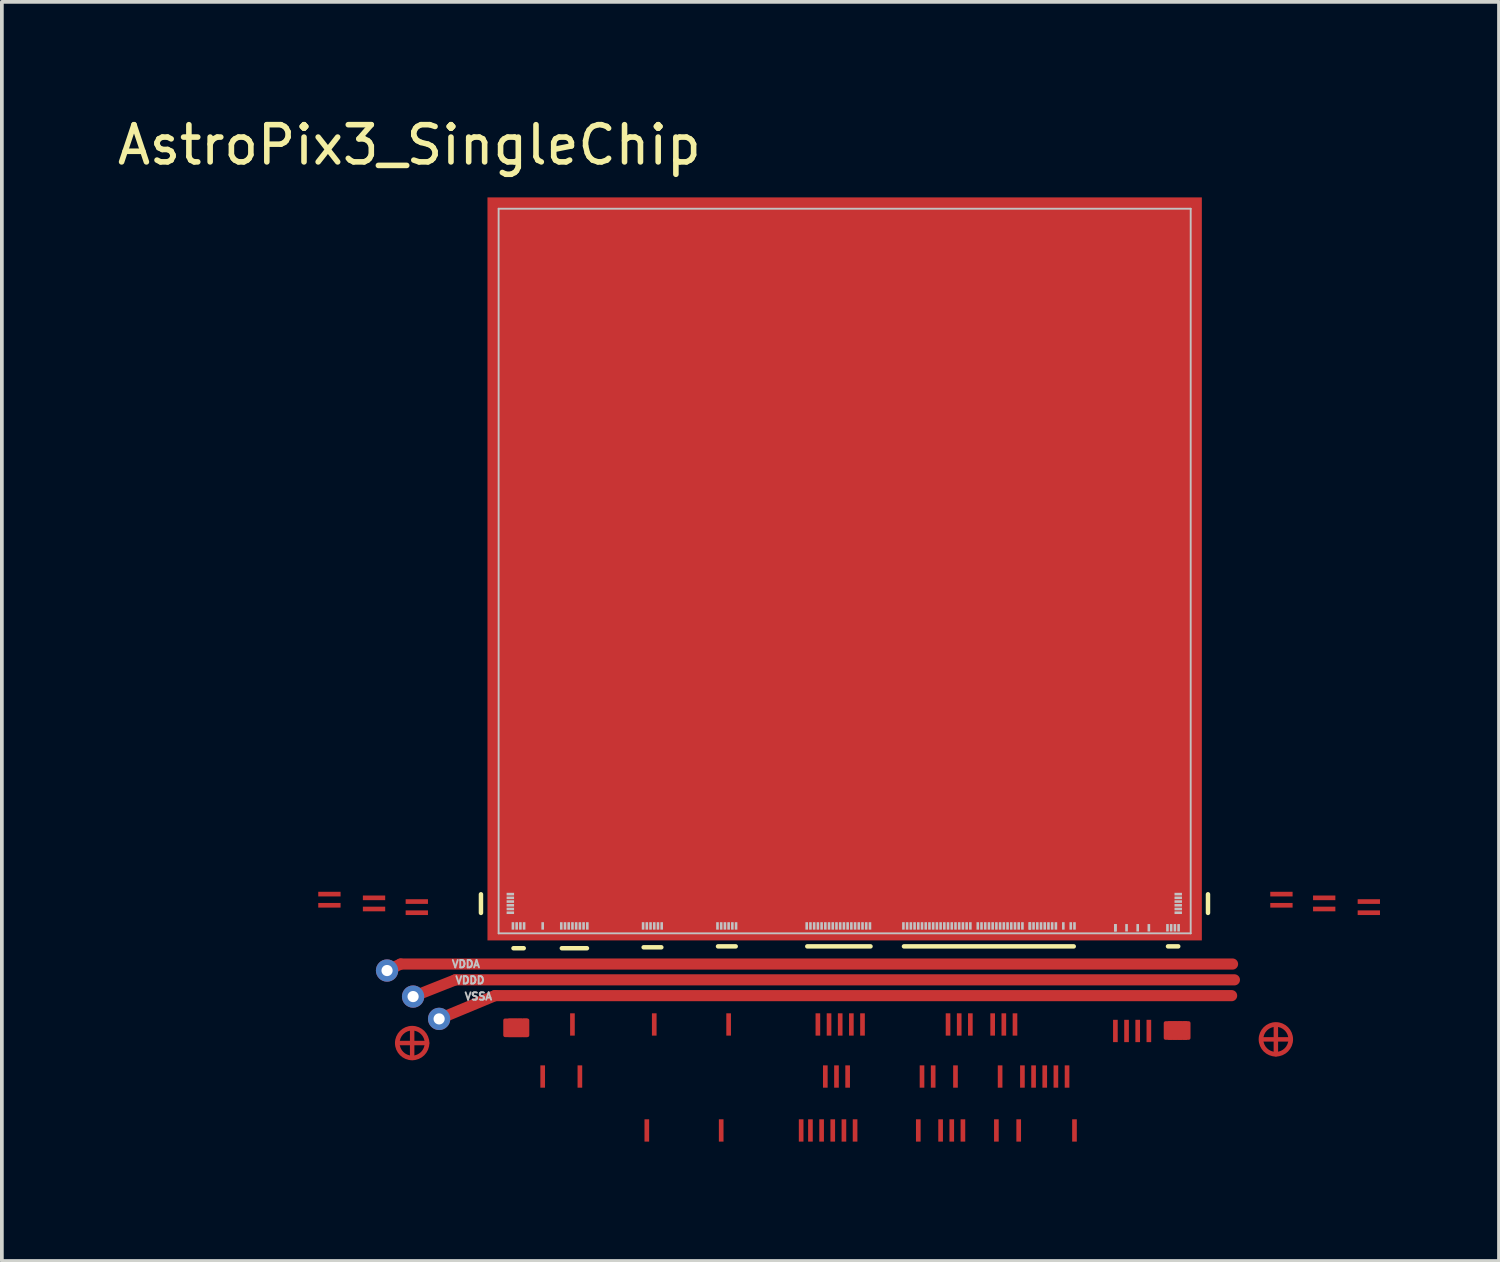
<source format=kicad_pcb>
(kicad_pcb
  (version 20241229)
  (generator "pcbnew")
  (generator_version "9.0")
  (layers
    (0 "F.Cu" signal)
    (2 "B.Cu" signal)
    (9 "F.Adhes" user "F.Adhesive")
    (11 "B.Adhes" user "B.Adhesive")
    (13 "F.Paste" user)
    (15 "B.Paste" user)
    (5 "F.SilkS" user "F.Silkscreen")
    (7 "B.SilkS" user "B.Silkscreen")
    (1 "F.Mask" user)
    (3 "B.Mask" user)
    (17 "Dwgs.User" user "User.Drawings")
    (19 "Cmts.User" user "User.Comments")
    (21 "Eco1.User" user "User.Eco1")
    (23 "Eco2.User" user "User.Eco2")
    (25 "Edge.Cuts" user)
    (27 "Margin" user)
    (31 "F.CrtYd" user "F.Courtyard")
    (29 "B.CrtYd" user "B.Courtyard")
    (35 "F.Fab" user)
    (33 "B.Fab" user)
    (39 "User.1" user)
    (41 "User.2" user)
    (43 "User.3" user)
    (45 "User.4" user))
  (footprint "AstroPix3_SingleChip"
    (layer "F.Cu")
    (at 10.358 22.048)
    (property "Reference" "AstroPix3_SingleChip" (at -2.4 -21.2 0) (layer "F.SilkS") (effects (font (size 1 1) (thickness 0.15))))
    (attr through_hole)
    (fp_line (start -3 1) (end -2.635 0.825) (stroke (width 0.3) (type solid)) (layer "F.Cu"))
    (fp_line (start -2.675 2.95) (end -1.925 2.95) (stroke (width 0.12) (type solid)) (layer "F.Cu"))
    (fp_line (start -2.635 0.825) (end 19.735 0.825) (stroke (width 0.3) (type solid)) (layer "F.Cu"))
    (fp_line (start -2.325 2.6) (end -2.325 3.35) (stroke (width 0.12) (type solid)) (layer "F.Cu"))
    (fp_line (start -2.3 1.7) (end -1.165 1.25) (stroke (width 0.3) (type solid)) (layer "F.Cu"))
    (fp_line (start -1.6 2.3) (end -0.1 1.675) (stroke (width 0.3) (type solid)) (layer "F.Cu"))
    (fp_line (start -1.165 1.25) (end 19.785 1.25) (stroke (width 0.3) (type solid)) (layer "F.Cu"))
    (fp_line (start -0.1 1.675) (end 19.71 1.675) (stroke (width 0.3) (type solid)) (layer "F.Cu"))
    (fp_line (start 20.55 2.85) (end 21.3 2.85) (stroke (width 0.12) (type solid)) (layer "F.Cu"))
    (fp_line (start 20.9 2.5) (end 20.9 3.25) (stroke (width 0.12) (type solid)) (layer "F.Cu"))
    (fp_circle (center -2.325 2.95) (end -1.925 2.95) (stroke (width 0.125) (type solid)) (fill no) (layer "F.Cu"))
    (fp_circle (center 20.9 2.85) (end 21.3 2.85) (stroke (width 0.125) (type solid)) (fill no) (layer "F.Cu"))
    (fp_poly (pts (xy 0.775 2.74) (xy 0.175 2.74) (xy 0.175 2.34) (xy 0.775 2.34)) (stroke (width 0.1) (type solid)) (fill yes) (layer "F.Cu"))
    (fp_poly (pts (xy 18.555 2.813) (xy 17.935 2.813) (xy 17.935 2.413) (xy 18.555 2.413)) (stroke (width 0.1) (type solid)) (fill yes) (layer "F.Cu"))
    (fp_rect (start 0.95 3.35) (end 15.467 4.35) (stroke (width 0.12) (type solid)) (fill yes) (layer "F.Mask"))
    (fp_rect (start 3.754 4.75) (end 15.633 5.75) (stroke (width 0.12) (type solid)) (fill yes) (layer "F.Mask"))
    (fp_circle (center -2.325 2.95) (end -1.95 2.95) (stroke (width 0.2) (type solid)) (fill yes) (layer "F.Mask"))
    (fp_circle (center 20.9 2.85) (end 21.275 2.85) (stroke (width 0.2) (type solid)) (fill yes) (layer "F.Mask"))
    (fp_poly (pts (xy -1.8 -0.3) (xy -5 -0.3) (xy -5 -1.15) (xy -1.8 -1.15)) (stroke (width 0.1) (type solid)) (fill yes) (layer "F.Mask"))
    (fp_poly (pts (xy 19.85 2.9) (xy -1.15 2.9) (xy -1.15 -20.5) (xy 19.85 -20.5)) (stroke (width 0.1) (type solid)) (fill yes) (layer "F.Mask"))
    (fp_poly (pts (xy 23.85 -0.4) (xy 20.65 -0.4) (xy 20.65 -1.25) (xy 23.85 -1.25)) (stroke (width 0.1) (type solid)) (fill yes) (layer "F.Mask"))
    (fp_line (start -0.475 -0.55) (end -0.475 -1.05) (stroke (width 0.12) (type solid)) (layer "F.SilkS"))
    (fp_line (start 0.4 0.4) (end 0.675 0.4) (stroke (width 0.12) (type solid)) (layer "F.SilkS"))
    (fp_line (start 1.7 0.4) (end 2.375 0.4) (stroke (width 0.12) (type solid)) (layer "F.SilkS"))
    (fp_line (start 3.9 0.375) (end 4.375 0.375) (stroke (width 0.12) (type solid)) (layer "F.SilkS"))
    (fp_line (start 5.9 0.35) (end 6.375 0.35) (stroke (width 0.12) (type solid)) (layer "F.SilkS"))
    (fp_line (start 8.3 0.35) (end 10 0.35) (stroke (width 0.12) (type solid)) (layer "F.SilkS"))
    (fp_line (start 10.9 0.35) (end 15.465 0.35) (stroke (width 0.12) (type solid)) (layer "F.SilkS"))
    (fp_line (start 18 0.35) (end 18.275 0.35) (stroke (width 0.12) (type solid)) (layer "F.SilkS"))
    (fp_line (start 19.075 -0.55) (end 19.075 -1.05) (stroke (width 0.12) (type solid)) (layer "F.SilkS"))
    (fp_line (start 0 -19.485) (end 0 0) (stroke (width 0.05) (type solid)) (layer "Dwgs.User"))
    (fp_line (start 18.61 -19.485) (end 0 -19.485) (stroke (width 0.05) (type solid)) (layer "Dwgs.User"))
    (fp_line (start 18.61 -19.485) (end 18.61 0) (stroke (width 0.05) (type solid)) (layer "Dwgs.User"))
    (fp_line (start 18.61 0) (end 0 0) (stroke (width 0.05) (type solid)) (layer "Dwgs.User"))
    (fp_line (start -4.555 -0.75) (end 0.32 -0.75) (stroke (width 0.05) (type solid)) (layer "User.2"))
    (fp_line (start -4.55 -1.055) (end 0.325 -1.055) (stroke (width 0.05) (type solid)) (layer "User.2"))
    (fp_line (start -3.567 -0.951) (end 0.36 -0.95) (stroke (width 0.05) (type solid)) (layer "User.2"))
    (fp_line (start -3.562 -0.656) (end 0.365 -0.655) (stroke (width 0.05) (type solid)) (layer "User.2"))
    (fp_line (start -2.355 -0.54) (end 0.34 -0.547) (stroke (width 0.05) (type solid)) (layer "User.2"))
    (fp_line (start -2.328 -0.851) (end 0.367 -0.859) (stroke (width 0.05) (type solid)) (layer "User.2"))
    (fp_line (start 0.386 -0.198) (end 0.394 2.498) (stroke (width 0.05) (type solid)) (layer "User.2"))
    (fp_line (start 0.481 -0.198) (end 0.489 2.498) (stroke (width 0.05) (type solid)) (layer "User.2"))
    (fp_line (start 0.586 -0.203) (end 0.594 2.493) (stroke (width 0.05) (type solid)) (layer "User.2"))
    (fp_line (start 0.688 -0.205) (end 0.695 2.49) (stroke (width 0.05) (type solid)) (layer "User.2"))
    (fp_line (start 1.181 -0.223) (end 1.185 3.91) (stroke (width 0.05) (type solid)) (layer "User.2"))
    (fp_line (start 1.685 -0.19) (end 1.685 1.605) (stroke (width 0.05) (type solid)) (layer "User.2"))
    (fp_line (start 1.785 -0.193) (end 1.785 1.603) (stroke (width 0.05) (type solid)) (layer "User.2"))
    (fp_line (start 1.88 -0.2) (end 1.88 0.81) (stroke (width 0.05) (type solid)) (layer "User.2"))
    (fp_line (start 1.981 -0.207) (end 1.989 2.487) (stroke (width 0.05) (type solid)) (layer "User.2"))
    (fp_line (start 2.085 -0.205) (end 2.085 0.805) (stroke (width 0.05) (type solid)) (layer "User.2"))
    (fp_line (start 2.176 -0.212) (end 2.18 3.92) (stroke (width 0.05) (type solid)) (layer "User.2"))
    (fp_line (start 2.285 -0.198) (end 2.285 1.597) (stroke (width 0.05) (type solid)) (layer "User.2"))
    (fp_line (start 2.385 -0.198) (end 2.385 1.597) (stroke (width 0.05) (type solid)) (layer "User.2"))
    (fp_line (start 3.885 -0.195) (end 3.885 0.815) (stroke (width 0.05) (type solid)) (layer "User.2"))
    (fp_line (start 3.98 -0.212) (end 3.98 5.28) (stroke (width 0.05) (type solid)) (layer "User.2"))
    (fp_line (start 4.085 -0.195) (end 4.085 0.815) (stroke (width 0.05) (type solid)) (layer "User.2"))
    (fp_line (start 4.191 -0.198) (end 4.199 2.498) (stroke (width 0.05) (type solid)) (layer "User.2"))
    (fp_line (start 4.285 -0.193) (end 4.285 1.603) (stroke (width 0.05) (type solid)) (layer "User.2"))
    (fp_line (start 4.385 -0.193) (end 4.385 1.603) (stroke (width 0.05) (type solid)) (layer "User.2"))
    (fp_line (start 5.885 -0.205) (end 5.885 0.805) (stroke (width 0.05) (type solid)) (layer "User.2"))
    (fp_line (start 5.975 -0.182) (end 5.975 5.31) (stroke (width 0.05) (type solid)) (layer "User.2"))
    (fp_line (start 6.085 -0.2) (end 6.085 0.81) (stroke (width 0.05) (type solid)) (layer "User.2"))
    (fp_line (start 6.186 -0.198) (end 6.194 2.498) (stroke (width 0.05) (type solid)) (layer "User.2"))
    (fp_line (start 6.285 -0.193) (end 6.285 1.603) (stroke (width 0.05) (type solid)) (layer "User.2"))
    (fp_line (start 6.385 -0.193) (end 6.385 1.603) (stroke (width 0.05) (type solid)) (layer "User.2"))
    (fp_line (start 8.29 -0.205) (end 8.135 5.285) (stroke (width 0.05) (type solid)) (layer "User.2"))
    (fp_line (start 8.385 -0.198) (end 8.385 5.295) (stroke (width 0.05) (type solid)) (layer "User.2"))
    (fp_line (start 8.485 -0.195) (end 8.485 1.21) (stroke (width 0.05) (type solid)) (layer "User.2"))
    (fp_line (start 8.586 -0.198) (end 8.594 2.498) (stroke (width 0.05) (type solid)) (layer "User.2"))
    (fp_line (start 8.69 -0.198) (end 8.69 5.295) (stroke (width 0.05) (type solid)) (layer "User.2"))
    (fp_line (start 8.781 -0.223) (end 8.785 3.91) (stroke (width 0.05) (type solid)) (layer "User.2"))
    (fp_line (start 8.881 -0.198) (end 8.889 2.498) (stroke (width 0.05) (type solid)) (layer "User.2"))
    (fp_line (start 8.985 -0.188) (end 8.985 5.305) (stroke (width 0.05) (type solid)) (layer "User.2"))
    (fp_line (start 9.086 -0.198) (end 9.09 3.935) (stroke (width 0.05) (type solid)) (layer "User.2"))
    (fp_line (start 9.186 -0.203) (end 9.194 2.493) (stroke (width 0.05) (type solid)) (layer "User.2"))
    (fp_line (start 9.295 -0.198) (end 9.295 5.295) (stroke (width 0.05) (type solid)) (layer "User.2"))
    (fp_line (start 9.381 -0.198) (end 9.385 3.935) (stroke (width 0.05) (type solid)) (layer "User.2"))
    (fp_line (start 9.481 -0.198) (end 9.489 2.498) (stroke (width 0.05) (type solid)) (layer "User.2"))
    (fp_line (start 9.58 -0.172) (end 9.58 5.32) (stroke (width 0.05) (type solid)) (layer "User.2"))
    (fp_line (start 9.685 -0.193) (end 9.685 1.212) (stroke (width 0.05) (type solid)) (layer "User.2"))
    (fp_line (start 9.776 -0.198) (end 9.784 2.498) (stroke (width 0.05) (type solid)) (layer "User.2"))
    (fp_line (start 10.885 -0.193) (end 10.885 1.603) (stroke (width 0.05) (type solid)) (layer "User.2"))
    (fp_line (start 10.99 -0.188) (end 10.99 1.607) (stroke (width 0.05) (type solid)) (layer "User.2"))
    (fp_line (start 11.085 -0.19) (end 11.085 0.82) (stroke (width 0.05) (type solid)) (layer "User.2"))
    (fp_line (start 11.185 -0.195) (end 11.185 0.815) (stroke (width 0.05) (type solid)) (layer "User.2"))
    (fp_line (start 11.285 -0.182) (end 11.285 5.31) (stroke (width 0.05) (type solid)) (layer "User.2"))
    (fp_line (start 11.386 -0.203) (end 11.39 3.93) (stroke (width 0.05) (type solid)) (layer "User.2"))
    (fp_line (start 11.681 -0.203) (end 11.685 3.93) (stroke (width 0.05) (type solid)) (layer "User.2"))
    (fp_line (start 11.885 -0.203) (end 11.885 5.29) (stroke (width 0.05) (type solid)) (layer "User.2"))
    (fp_line (start 11.985 -0.2) (end 11.985 0.81) (stroke (width 0.05) (type solid)) (layer "User.2"))
    (fp_line (start 12.086 -0.198) (end 12.094 2.498) (stroke (width 0.05) (type solid)) (layer "User.2"))
    (fp_line (start 12.18 -0.188) (end 12.18 5.305) (stroke (width 0.05) (type solid)) (layer "User.2"))
    (fp_line (start 12.286 -0.198) (end 12.29 3.935) (stroke (width 0.05) (type solid)) (layer "User.2"))
    (fp_line (start 12.386 -0.193) (end 12.394 2.502) (stroke (width 0.05) (type solid)) (layer "User.2"))
    (fp_line (start 12.49 -0.182) (end 12.49 5.31) (stroke (width 0.05) (type solid)) (layer "User.2"))
    (fp_line (start 12.585 -0.2) (end 12.585 0.81) (stroke (width 0.05) (type solid)) (layer "User.2"))
    (fp_line (start 12.681 -0.198) (end 12.689 2.498) (stroke (width 0.05) (type solid)) (layer "User.2"))
    (fp_line (start 13.085 -0.198) (end 13.085 1.597) (stroke (width 0.05) (type solid)) (layer "User.2"))
    (fp_line (start 13.185 -0.195) (end 13.185 0.815) (stroke (width 0.05) (type solid)) (layer "User.2"))
    (fp_line (start 13.281 -0.193) (end 13.289 2.502) (stroke (width 0.05) (type solid)) (layer "User.2"))
    (fp_line (start 13.385 -0.188) (end 13.385 5.305) (stroke (width 0.05) (type solid)) (layer "User.2"))
    (fp_line (start 13.491 -0.188) (end 13.495 3.945) (stroke (width 0.05) (type solid)) (layer "User.2"))
    (fp_line (start 13.576 -0.198) (end 13.584 2.498) (stroke (width 0.05) (type solid)) (layer "User.2"))
    (fp_line (start 13.785 -0.2) (end 13.785 0.81) (stroke (width 0.05) (type solid)) (layer "User.2"))
    (fp_line (start 13.876 -0.198) (end 13.884 2.498) (stroke (width 0.05) (type solid)) (layer "User.2"))
    (fp_line (start 13.985 -0.177) (end 13.985 5.315) (stroke (width 0.05) (type solid)) (layer "User.2"))
    (fp_line (start 14.091 -0.212) (end 14.095 3.92) (stroke (width 0.05) (type solid)) (layer "User.2"))
    (fp_line (start 14.386 -0.198) (end 14.39 3.935) (stroke (width 0.05) (type solid)) (layer "User.2"))
    (fp_line (start 14.485 -0.203) (end 14.485 1.593) (stroke (width 0.05) (type solid)) (layer "User.2"))
    (fp_line (start 14.585 -0.2) (end 14.585 0.81) (stroke (width 0.05) (type solid)) (layer "User.2"))
    (fp_line (start 14.691 -0.198) (end 14.695 3.935) (stroke (width 0.05) (type solid)) (layer "User.2"))
    (fp_line (start 14.785 -0.198) (end 14.785 1.597) (stroke (width 0.05) (type solid)) (layer "User.2"))
    (fp_line (start 14.885 -0.2) (end 14.885 0.81) (stroke (width 0.05) (type solid)) (layer "User.2"))
    (fp_line (start 14.986 -0.223) (end 14.99 3.91) (stroke (width 0.05) (type solid)) (layer "User.2"))
    (fp_line (start 15.185 -0.21) (end 15.3 3.855) (stroke (width 0.05) (type solid)) (layer "User.2"))
    (fp_line (start 15.39 -0.198) (end 15.39 1.208) (stroke (width 0.05) (type solid)) (layer "User.2"))
    (fp_line (start 15.475 -0.182) (end 15.475 5.31) (stroke (width 0.05) (type solid)) (layer "User.2"))
    (fp_line (start 16.586 -0.172) (end 16.594 2.522) (stroke (width 0.05) (type solid)) (layer "User.2"))
    (fp_line (start 16.881 -0.158) (end 16.889 2.538) (stroke (width 0.05) (type solid)) (layer "User.2"))
    (fp_line (start 17.181 -0.152) (end 17.189 2.542) (stroke (width 0.05) (type solid)) (layer "User.2"))
    (fp_line (start 17.486 -0.163) (end 17.494 2.533) (stroke (width 0.05) (type solid)) (layer "User.2"))
    (fp_line (start 17.986 -0.152) (end 17.994 2.542) (stroke (width 0.05) (type solid)) (layer "User.2"))
    (fp_line (start 18.071 -0.152) (end 18.079 2.542) (stroke (width 0.05) (type solid)) (layer "User.2"))
    (fp_line (start 18.181 -0.163) (end 18.189 2.533) (stroke (width 0.05) (type solid)) (layer "User.2"))
    (fp_line (start 18.281 -0.152) (end 18.289 2.542) (stroke (width 0.05) (type solid)) (layer "User.2"))
    (fp_line (start 18.29 -0.86) (end 23.165 -0.86) (stroke (width 0.05) (type solid)) (layer "User.2"))
    (fp_line (start 18.297 -0.951) (end 22.225 -0.95) (stroke (width 0.05) (type solid)) (layer "User.2"))
    (fp_line (start 18.3 -0.55) (end 23.175 -0.55) (stroke (width 0.05) (type solid)) (layer "User.2"))
    (fp_line (start 18.302 -1.051) (end 20.997 -1.059) (stroke (width 0.05) (type solid)) (layer "User.2"))
    (fp_line (start 18.312 -0.656) (end 22.24 -0.655) (stroke (width 0.05) (type solid)) (layer "User.2"))
    (fp_line (start 18.317 -0.751) (end 21.012 -0.759) (stroke (width 0.05) (type solid)) (layer "User.2"))
    (fp_text user "VDDD" (at -0.77 1.26 0) (unlocked yes) (layer "Dwgs.User") (effects (font (size 0.2 0.2) (thickness 0.05))))
    (fp_text user "VDDA" (at -0.88 0.825 0) (unlocked yes) (layer "Dwgs.User") (effects (font (size 0.2 0.2) (thickness 0.05))))
    (fp_text user "VSSA" (at -0.545 1.695 0) (unlocked yes) (layer "Dwgs.User") (effects (font (size 0.2 0.2) (thickness 0.05))))
    (pad "" smd rect (at 0.315 -1.055 90) (size 0.07 0.2) (layers "Dwgs.User"))
    (pad "" smd rect (at 0.315 -0.955 90) (size 0.07 0.2) (layers "Dwgs.User"))
    (pad "" smd rect (at 0.315 -0.855 90) (size 0.07 0.2) (layers "Dwgs.User"))
    (pad "" smd rect (at 0.315 -0.755 90) (size 0.07 0.2) (layers "Dwgs.User"))
    (pad "" smd rect (at 0.315 -0.655 90) (size 0.07 0.2) (layers "Dwgs.User"))
    (pad "" smd rect (at 0.315 -0.555 90) (size 0.07 0.2) (layers "Dwgs.User"))
    (pad "" smd rect (at 0.385 -0.2) (size 0.07 0.2) (layers "Dwgs.User"))
    (pad "" smd rect (at 0.485 -0.2) (size 0.07 0.2) (layers "Dwgs.User"))
    (pad "" smd rect (at 0.585 -0.2) (size 0.07 0.2) (layers "Dwgs.User"))
    (pad "" smd rect (at 0.685 -0.2) (size 0.07 0.2) (layers "Dwgs.User"))
    (pad "" smd rect (at 1.185 -0.2) (size 0.07 0.2) (layers "Dwgs.User"))
    (pad "" smd rect (at 1.685 -0.2) (size 0.07 0.2) (layers "Dwgs.User"))
    (pad "" smd rect (at 1.785 -0.2) (size 0.07 0.2) (layers "Dwgs.User"))
    (pad "" smd rect (at 1.885 -0.2) (size 0.07 0.2) (layers "Dwgs.User"))
    (pad "" smd rect (at 1.985 -0.2) (size 0.07 0.2) (layers "Dwgs.User"))
    (pad "" smd rect (at 2.085 -0.2) (size 0.07 0.2) (layers "Dwgs.User"))
    (pad "" smd rect (at 2.185 -0.2) (size 0.07 0.2) (layers "Dwgs.User"))
    (pad "" smd rect (at 2.285 -0.2) (size 0.07 0.2) (layers "Dwgs.User"))
    (pad "" smd rect (at 2.385 -0.2) (size 0.07 0.2) (layers "Dwgs.User"))
    (pad "" smd rect (at 3.885 -0.2) (size 0.07 0.2) (layers "Dwgs.User"))
    (pad "" smd rect (at 3.985 -0.2) (size 0.07 0.2) (layers "Dwgs.User"))
    (pad "" smd rect (at 4.085 -0.2) (size 0.07 0.2) (layers "Dwgs.User"))
    (pad "" smd rect (at 4.185 -0.2) (size 0.07 0.2) (layers "Dwgs.User"))
    (pad "" smd rect (at 4.285 -0.2) (size 0.07 0.2) (layers "Dwgs.User"))
    (pad "" smd rect (at 4.385 -0.2) (size 0.07 0.2) (layers "Dwgs.User"))
    (pad "" smd rect (at 5.885 -0.2) (size 0.07 0.2) (layers "Dwgs.User"))
    (pad "" smd rect (at 5.985 -0.2) (size 0.07 0.2) (layers "Dwgs.User"))
    (pad "" smd rect (at 6.085 -0.2) (size 0.07 0.2) (layers "Dwgs.User"))
    (pad "" smd rect (at 6.185 -0.2) (size 0.07 0.2) (layers "Dwgs.User"))
    (pad "" smd rect (at 6.285 -0.2) (size 0.07 0.2) (layers "Dwgs.User"))
    (pad "" smd rect (at 6.385 -0.2) (size 0.07 0.2) (layers "Dwgs.User"))
    (pad "" smd rect (at 8.285 -0.2) (size 0.07 0.2) (layers "Dwgs.User"))
    (pad "" smd rect (at 8.385 -0.2) (size 0.07 0.2) (layers "Dwgs.User"))
    (pad "" smd rect (at 8.485 -0.2) (size 0.07 0.2) (layers "Dwgs.User"))
    (pad "" smd rect (at 8.585 -0.2) (size 0.07 0.2) (layers "Dwgs.User"))
    (pad "" smd rect (at 8.685 -0.2) (size 0.07 0.2) (layers "Dwgs.User"))
    (pad "" smd rect (at 8.785 -0.2) (size 0.07 0.2) (layers "Dwgs.User"))
    (pad "" smd rect (at 8.885 -0.2) (size 0.07 0.2) (layers "Dwgs.User"))
    (pad "" smd rect (at 8.985 -0.2) (size 0.07 0.2) (layers "Dwgs.User"))
    (pad "" smd rect (at 9.085 -0.2) (size 0.07 0.2) (layers "Dwgs.User"))
    (pad "" smd rect (at 9.185 -0.2) (size 0.07 0.2) (layers "Dwgs.User"))
    (pad "" smd rect (at 9.285 -0.2) (size 0.07 0.2) (layers "Dwgs.User"))
    (pad "" smd rect (at 9.385 -0.2) (size 0.07 0.2) (layers "Dwgs.User"))
    (pad "" smd rect (at 9.485 -0.2) (size 0.07 0.2) (layers "Dwgs.User"))
    (pad "" smd rect (at 9.585 -0.2) (size 0.07 0.2) (layers "Dwgs.User"))
    (pad "" smd rect (at 9.685 -0.2) (size 0.07 0.2) (layers "Dwgs.User"))
    (pad "" smd rect (at 9.785 -0.2) (size 0.07 0.2) (layers "Dwgs.User"))
    (pad "" smd rect (at 9.885 -0.2) (size 0.07 0.2) (layers "Dwgs.User"))
    (pad "" smd rect (at 9.985 -0.2) (size 0.07 0.2) (layers "Dwgs.User"))
    (pad "" smd rect (at 10.885 -0.2) (size 0.07 0.2) (layers "Dwgs.User"))
    (pad "" smd rect (at 10.985 -0.2) (size 0.07 0.2) (layers "Dwgs.User"))
    (pad "" smd rect (at 11.085 -0.2) (size 0.07 0.2) (layers "Dwgs.User"))
    (pad "" smd rect (at 11.185 -0.2) (size 0.07 0.2) (layers "Dwgs.User"))
    (pad "" smd rect (at 11.285 -0.2) (size 0.07 0.2) (layers "Dwgs.User"))
    (pad "" smd rect (at 11.385 -0.2) (size 0.07 0.2) (layers "Dwgs.User"))
    (pad "" smd rect (at 11.485 -0.2) (size 0.07 0.2) (layers "Dwgs.User"))
    (pad "" smd rect (at 11.585 -0.2) (size 0.07 0.2) (layers "Dwgs.User"))
    (pad "" smd rect (at 11.685 -0.2) (size 0.07 0.2) (layers "Dwgs.User"))
    (pad "" smd rect (at 11.785 -0.2) (size 0.07 0.2) (layers "Dwgs.User"))
    (pad "" smd rect (at 11.885 -0.2) (size 0.07 0.2) (layers "Dwgs.User"))
    (pad "" smd rect (at 11.985 -0.2) (size 0.07 0.2) (layers "Dwgs.User"))
    (pad "" smd rect (at 12.085 -0.2) (size 0.07 0.2) (layers "Dwgs.User"))
    (pad "" smd rect (at 12.185 -0.2) (size 0.07 0.2) (layers "Dwgs.User"))
    (pad "" smd rect (at 12.285 -0.2) (size 0.07 0.2) (layers "Dwgs.User"))
    (pad "" smd rect (at 12.385 -0.2) (size 0.07 0.2) (layers "Dwgs.User"))
    (pad "" smd rect (at 12.485 -0.2) (size 0.07 0.2) (layers "Dwgs.User"))
    (pad "" smd rect (at 12.585 -0.2) (size 0.07 0.2) (layers "Dwgs.User"))
    (pad "" smd rect (at 12.685 -0.2) (size 0.07 0.2) (layers "Dwgs.User"))
    (pad "" smd rect (at 12.885 -0.2) (size 0.07 0.2) (layers "Dwgs.User"))
    (pad "" smd rect (at 12.985 -0.2) (size 0.07 0.2) (layers "Dwgs.User"))
    (pad "" smd rect (at 13.085 -0.2) (size 0.07 0.2) (layers "Dwgs.User"))
    (pad "" smd rect (at 13.185 -0.2) (size 0.07 0.2) (layers "Dwgs.User"))
    (pad "" smd rect (at 13.285 -0.2) (size 0.07 0.2) (layers "Dwgs.User"))
    (pad "" smd rect (at 13.385 -0.2) (size 0.07 0.2) (layers "Dwgs.User"))
    (pad "" smd rect (at 13.485 -0.2) (size 0.07 0.2) (layers "Dwgs.User"))
    (pad "" smd rect (at 13.585 -0.2) (size 0.07 0.2) (layers "Dwgs.User"))
    (pad "" smd rect (at 13.685 -0.2) (size 0.07 0.2) (layers "Dwgs.User"))
    (pad "" smd rect (at 13.785 -0.2) (size 0.07 0.2) (layers "Dwgs.User"))
    (pad "" smd rect (at 13.885 -0.2) (size 0.07 0.2) (layers "Dwgs.User"))
    (pad "" smd rect (at 13.985 -0.2) (size 0.07 0.2) (layers "Dwgs.User"))
    (pad "" smd rect (at 14.085 -0.2) (size 0.07 0.2) (layers "Dwgs.User"))
    (pad "" smd rect (at 14.285 -0.2) (size 0.07 0.2) (layers "Dwgs.User"))
    (pad "" smd rect (at 14.285 -0.2) (size 0.07 0.2) (layers "Dwgs.User"))
    (pad "" smd rect (at 14.385 -0.2) (size 0.07 0.2) (layers "Dwgs.User"))
    (pad "" smd rect (at 14.485 -0.2) (size 0.07 0.2) (layers "Dwgs.User"))
    (pad "" smd rect (at 14.585 -0.2) (size 0.07 0.2) (layers "Dwgs.User"))
    (pad "" smd rect (at 14.685 -0.2) (size 0.07 0.2) (layers "Dwgs.User"))
    (pad "" smd rect (at 14.785 -0.2) (size 0.07 0.2) (layers "Dwgs.User"))
    (pad "" smd rect (at 14.885 -0.2) (size 0.07 0.2) (layers "Dwgs.User"))
    (pad "" smd rect (at 14.985 -0.2) (size 0.07 0.2) (layers "Dwgs.User"))
    (pad "" smd rect (at 15.185 -0.2) (size 0.07 0.2) (layers "Dwgs.User"))
    (pad "" smd rect (at 15.385 -0.2) (size 0.07 0.2) (layers "Dwgs.User"))
    (pad "" smd rect (at 15.485 -0.2) (size 0.07 0.2) (layers "Dwgs.User"))
    (pad "" smd rect (at 16.585 -0.15) (size 0.07 0.2) (layers "Dwgs.User"))
    (pad "" smd rect (at 16.585 -0.15) (size 0.07 0.2) (layers "Dwgs.User"))
    (pad "" smd rect (at 16.885 -0.15) (size 0.07 0.2) (layers "Dwgs.User"))
    (pad "" smd rect (at 17.185 -0.15) (size 0.07 0.2) (layers "Dwgs.User"))
    (pad "" smd rect (at 17.485 -0.15) (size 0.07 0.2) (layers "Dwgs.User"))
    (pad "" smd rect (at 17.985 -0.15) (size 0.07 0.2) (layers "Dwgs.User"))
    (pad "" smd rect (at 18.085 -0.15) (size 0.07 0.2) (layers "Dwgs.User"))
    (pad "" smd rect (at 18.185 -0.15) (size 0.07 0.2) (layers "Dwgs.User"))
    (pad "" smd rect (at 18.275 -1.055 90) (size 0.07 0.2) (layers "Dwgs.User"))
    (pad "" smd rect (at 18.275 -0.955 90) (size 0.07 0.2) (layers "Dwgs.User"))
    (pad "" smd rect (at 18.275 -0.855 90) (size 0.07 0.2) (layers "Dwgs.User"))
    (pad "" smd rect (at 18.275 -0.755 90) (size 0.07 0.2) (layers "Dwgs.User"))
    (pad "" smd rect (at 18.275 -0.655 90) (size 0.07 0.2) (layers "Dwgs.User"))
    (pad "" smd rect (at 18.275 -0.555 90) (size 0.07 0.2) (layers "Dwgs.User"))
    (pad "" smd rect (at 18.285 -0.15) (size 0.07 0.2) (layers "Dwgs.User"))
    (pad "B0" smd rect (at 9.305 -9.8) (size 19.21 19.98) (layers "F.Cu" "F.Mask" "F.Paste"))
    (pad "B1" smd rect (at 0.325 2.54) (size 0.125 0.5) (layers "F.Cu" "F.Mask" "F.Paste"))
    (pad "B2" smd rect (at 0.45 2.54) (size 0.125 0.5) (layers "F.Cu" "F.Mask" "F.Paste"))
    (pad "B3" smd rect (at 0.575 2.54) (size 0.125 0.5) (layers "F.Cu" "F.Mask" "F.Paste"))
    (pad "B4" smd rect (at 0.71 2.54) (size 0.125 0.5) (layers "F.Cu" "F.Mask" "F.Paste"))
    (pad "B5" smd rect (at 1.185 3.85) (size 0.125 0.6) (layers "F.Cu" "F.Mask" "F.Paste"))
    (pad "B9" smd rect (at 1.985 2.45) (size 0.125 0.6) (layers "F.Cu" "F.Mask" "F.Paste"))
    (pad "B11" smd rect (at 2.185 3.85) (size 0.125 0.6) (layers "F.Cu" "F.Mask" "F.Paste"))
    (pad "B15" smd rect (at 3.985 5.3) (size 0.125 0.6) (layers "F.Cu" "F.Mask" "F.Paste"))
    (pad "B17" smd rect (at 4.185 2.45) (size 0.125 0.6) (layers "F.Cu" "F.Mask" "F.Paste"))
    (pad "B21" smd rect (at 5.985 5.3) (size 0.125 0.6) (layers "F.Cu" "F.Mask" "F.Paste"))
    (pad "B23" smd rect (at 6.185 2.45) (size 0.125 0.6) (layers "F.Cu" "F.Mask" "F.Paste"))
    (pad "B26" smd rect (at 8.135 5.3) (size 0.125 0.6) (layers "F.Cu" "F.Mask" "F.Paste"))
    (pad "B27" smd rect (at 8.385 5.3) (size 0.125 0.6) (layers "F.Cu" "F.Mask" "F.Paste"))
    (pad "B29" smd rect (at 8.585 2.45) (size 0.125 0.6) (layers "F.Cu" "F.Mask" "F.Paste"))
    (pad "B30" smd rect (at 8.685 5.3) (size 0.125 0.6) (layers "F.Cu" "F.Mask" "F.Paste"))
    (pad "B31" smd rect (at 8.785 3.85) (size 0.125 0.6) (layers "F.Cu" "F.Mask" "F.Paste"))
    (pad "B32" smd rect (at 8.885 2.45) (size 0.125 0.6) (layers "F.Cu" "F.Mask" "F.Paste"))
    (pad "B33" smd rect (at 8.985 5.3) (size 0.125 0.6) (layers "F.Cu" "F.Mask" "F.Paste"))
    (pad "B34" smd rect (at 9.085 3.85) (size 0.125 0.6) (layers "F.Cu" "F.Mask" "F.Paste"))
    (pad "B35" smd rect (at 9.185 2.45) (size 0.125 0.6) (layers "F.Cu" "F.Mask" "F.Paste"))
    (pad "B36" smd rect (at 9.285 5.3) (size 0.125 0.6) (layers "F.Cu" "F.Mask" "F.Paste"))
    (pad "B37" smd rect (at 9.385 3.85) (size 0.125 0.6) (layers "F.Cu" "F.Mask" "F.Paste"))
    (pad "B38" smd rect (at 9.485 2.45) (size 0.125 0.6) (layers "F.Cu" "F.Mask" "F.Paste"))
    (pad "B39" smd rect (at 9.585 5.3) (size 0.125 0.6) (layers "F.Cu" "F.Mask" "F.Paste"))
    (pad "B41" smd rect (at 9.785 2.45) (size 0.125 0.6) (layers "F.Cu" "F.Mask" "F.Paste"))
    (pad "B48" smd rect (at 11.285 5.3) (size 0.125 0.6) (layers "F.Cu" "F.Mask" "F.Paste"))
    (pad "B49" smd rect (at 11.385 3.85) (size 0.125 0.6) (layers "F.Cu" "F.Mask" "F.Paste"))
    (pad "B52" smd rect (at 11.685 3.85) (size 0.125 0.6) (layers "F.Cu" "F.Mask" "F.Paste"))
    (pad "B54" smd rect (at 11.885 5.3) (size 0.125 0.6) (layers "F.Cu" "F.Mask" "F.Paste"))
    (pad "B56" smd rect (at 12.085 2.45) (size 0.125 0.6) (layers "F.Cu" "F.Mask" "F.Paste"))
    (pad "B57" smd rect (at 12.185 5.3) (size 0.125 0.6) (layers "F.Cu" "F.Mask" "F.Paste"))
    (pad "B58" smd rect (at 12.285 3.85) (size 0.125 0.6) (layers "F.Cu" "F.Mask" "F.Paste"))
    (pad "B59" smd rect (at 12.385 2.45) (size 0.125 0.6) (layers "F.Cu" "F.Mask" "F.Paste"))
    (pad "B60" smd rect (at 12.485 5.3) (size 0.125 0.6) (layers "F.Cu" "F.Mask" "F.Paste"))
    (pad "B62" smd rect (at 12.685 2.45) (size 0.125 0.6) (layers "F.Cu" "F.Mask" "F.Paste"))
    (pad "B67" smd rect (at 13.285 2.45) (size 0.125 0.6) (layers "F.Cu" "F.Mask" "F.Paste"))
    (pad "B68" smd rect (at 13.385 5.3) (size 0.125 0.6) (layers "F.Cu" "F.Mask" "F.Paste"))
    (pad "B69" smd rect (at 13.485 3.85) (size 0.125 0.6) (layers "F.Cu" "F.Mask" "F.Paste"))
    (pad "B70" smd rect (at 13.585 2.45) (size 0.125 0.6) (layers "F.Cu" "F.Mask" "F.Paste"))
    (pad "B73" smd rect (at 13.885 2.45) (size 0.125 0.6) (layers "F.Cu" "F.Mask" "F.Paste"))
    (pad "B74" smd rect (at 13.985 5.3) (size 0.125 0.6) (layers "F.Cu" "F.Mask" "F.Paste"))
    (pad "B75" smd rect (at 14.085 3.85) (size 0.125 0.6) (layers "F.Cu" "F.Mask" "F.Paste"))
    (pad "B77" smd rect (at 14.385 3.85) (size 0.125 0.6) (layers "F.Cu" "F.Mask" "F.Paste"))
    (pad "B80" smd rect (at 14.685 3.85) (size 0.125 0.6) (layers "F.Cu" "F.Mask" "F.Paste"))
    (pad "B83" smd rect (at 14.985 3.85) (size 0.125 0.6) (layers "F.Cu" "F.Mask" "F.Paste"))
    (pad "B84" smd rect (at 15.285 3.85) (size 0.125 0.6) (layers "F.Cu" "F.Mask" "F.Paste"))
    (pad "B85" smd rect (at 15.385 1.2) (size 0.1 0.1) (layers "F.Cu" "F.Mask" "F.Paste"))
    (pad "B86" smd rect (at 15.485 5.3) (size 0.125 0.6) (layers "F.Cu" "F.Mask" "F.Paste"))
    (pad "B87" smd rect (at 16.585 2.625) (size 0.125 0.6) (layers "F.Cu" "F.Mask" "F.Paste"))
    (pad "B88" smd rect (at 16.885 2.625) (size 0.125 0.6) (layers "F.Cu" "F.Mask" "F.Paste"))
    (pad "B89" smd rect (at 17.185 2.625) (size 0.125 0.6) (layers "F.Cu" "F.Mask" "F.Paste"))
    (pad "B90" smd rect (at 17.485 2.625) (size 0.125 0.6) (layers "F.Cu" "F.Mask" "F.Paste"))
    (pad "B91" smd rect (at 18.065 2.613) (size 0.125 0.5) (layers "F.Cu" "F.Mask" "F.Paste"))
    (pad "B92" smd rect (at 18.19 2.613) (size 0.125 0.5) (layers "F.Cu" "F.Mask" "F.Paste"))
    (pad "B93" smd rect (at 18.315 2.613) (size 0.125 0.5) (layers "F.Cu" "F.Mask" "F.Paste"))
    (pad "B94" smd rect (at 18.45 2.613) (size 0.125 0.5) (layers "F.Cu" "F.Mask" "F.Paste"))
    (pad "L1" smd rect (at -4.55 -1.055 270) (size 0.125 0.6) (layers "F.Cu" "F.Mask" "F.Paste"))
    (pad "L2" smd rect (at -3.35 -0.955 270) (size 0.125 0.6) (layers "F.Cu" "F.Mask" "F.Paste"))
    (pad "L3" smd rect (at -2.2 -0.855 270) (size 0.125 0.6) (layers "F.Cu" "F.Mask" "F.Paste"))
    (pad "L4" smd rect (at -4.55 -0.755 270) (size 0.125 0.6) (layers "F.Cu" "F.Mask" "F.Paste"))
    (pad "L5" smd rect (at -3.35 -0.655 270) (size 0.125 0.6) (layers "F.Cu" "F.Mask" "F.Paste"))
    (pad "L6" smd rect (at -2.2 -0.555 270) (size 0.125 0.6) (layers "F.Cu" "F.Mask" "F.Paste"))
    (pad "R1" smd rect (at 23.4 -0.555 90) (size 0.125 0.6) (layers "F.Cu" "F.Mask" "F.Paste"))
    (pad "R2" smd rect (at 22.2 -0.655 90) (size 0.125 0.6) (layers "F.Cu" "F.Mask" "F.Paste"))
    (pad "R3" smd rect (at 21.05 -0.755 90) (size 0.125 0.6) (layers "F.Cu" "F.Mask" "F.Paste"))
    (pad "R4" smd rect (at 23.4 -0.855 90) (size 0.125 0.6) (layers "F.Cu" "F.Mask" "F.Paste"))
    (pad "R5" smd rect (at 22.2 -0.955 90) (size 0.125 0.6) (layers "F.Cu" "F.Mask" "F.Paste"))
    (pad "R6" smd rect (at 21.05 -1.055 90) (size 0.125 0.6) (layers "F.Cu" "F.Mask" "F.Paste"))
    (pad "VDDA_Ring" thru_hole circle (at -3 1) (size 0.6 0.6) (drill 0.3) (layers "*.Cu" "*.Mask"))
    (pad "VDDD_Ring" thru_hole circle (at -2.3 1.7) (size 0.6 0.6) (drill 0.3) (layers "*.Cu" "*.Mask"))
    (pad "VSSA_Ring" thru_hole circle (at -1.6 2.3) (size 0.6 0.6) (drill 0.3) (layers "*.Cu" "*.Mask")))
  (gr_rect
    (start -3 -3)
    (end 37.258 30.858)
    (stroke (width 0.1) (type default))
    (fill no)
    (layer "Edge.Cuts")))
</source>
